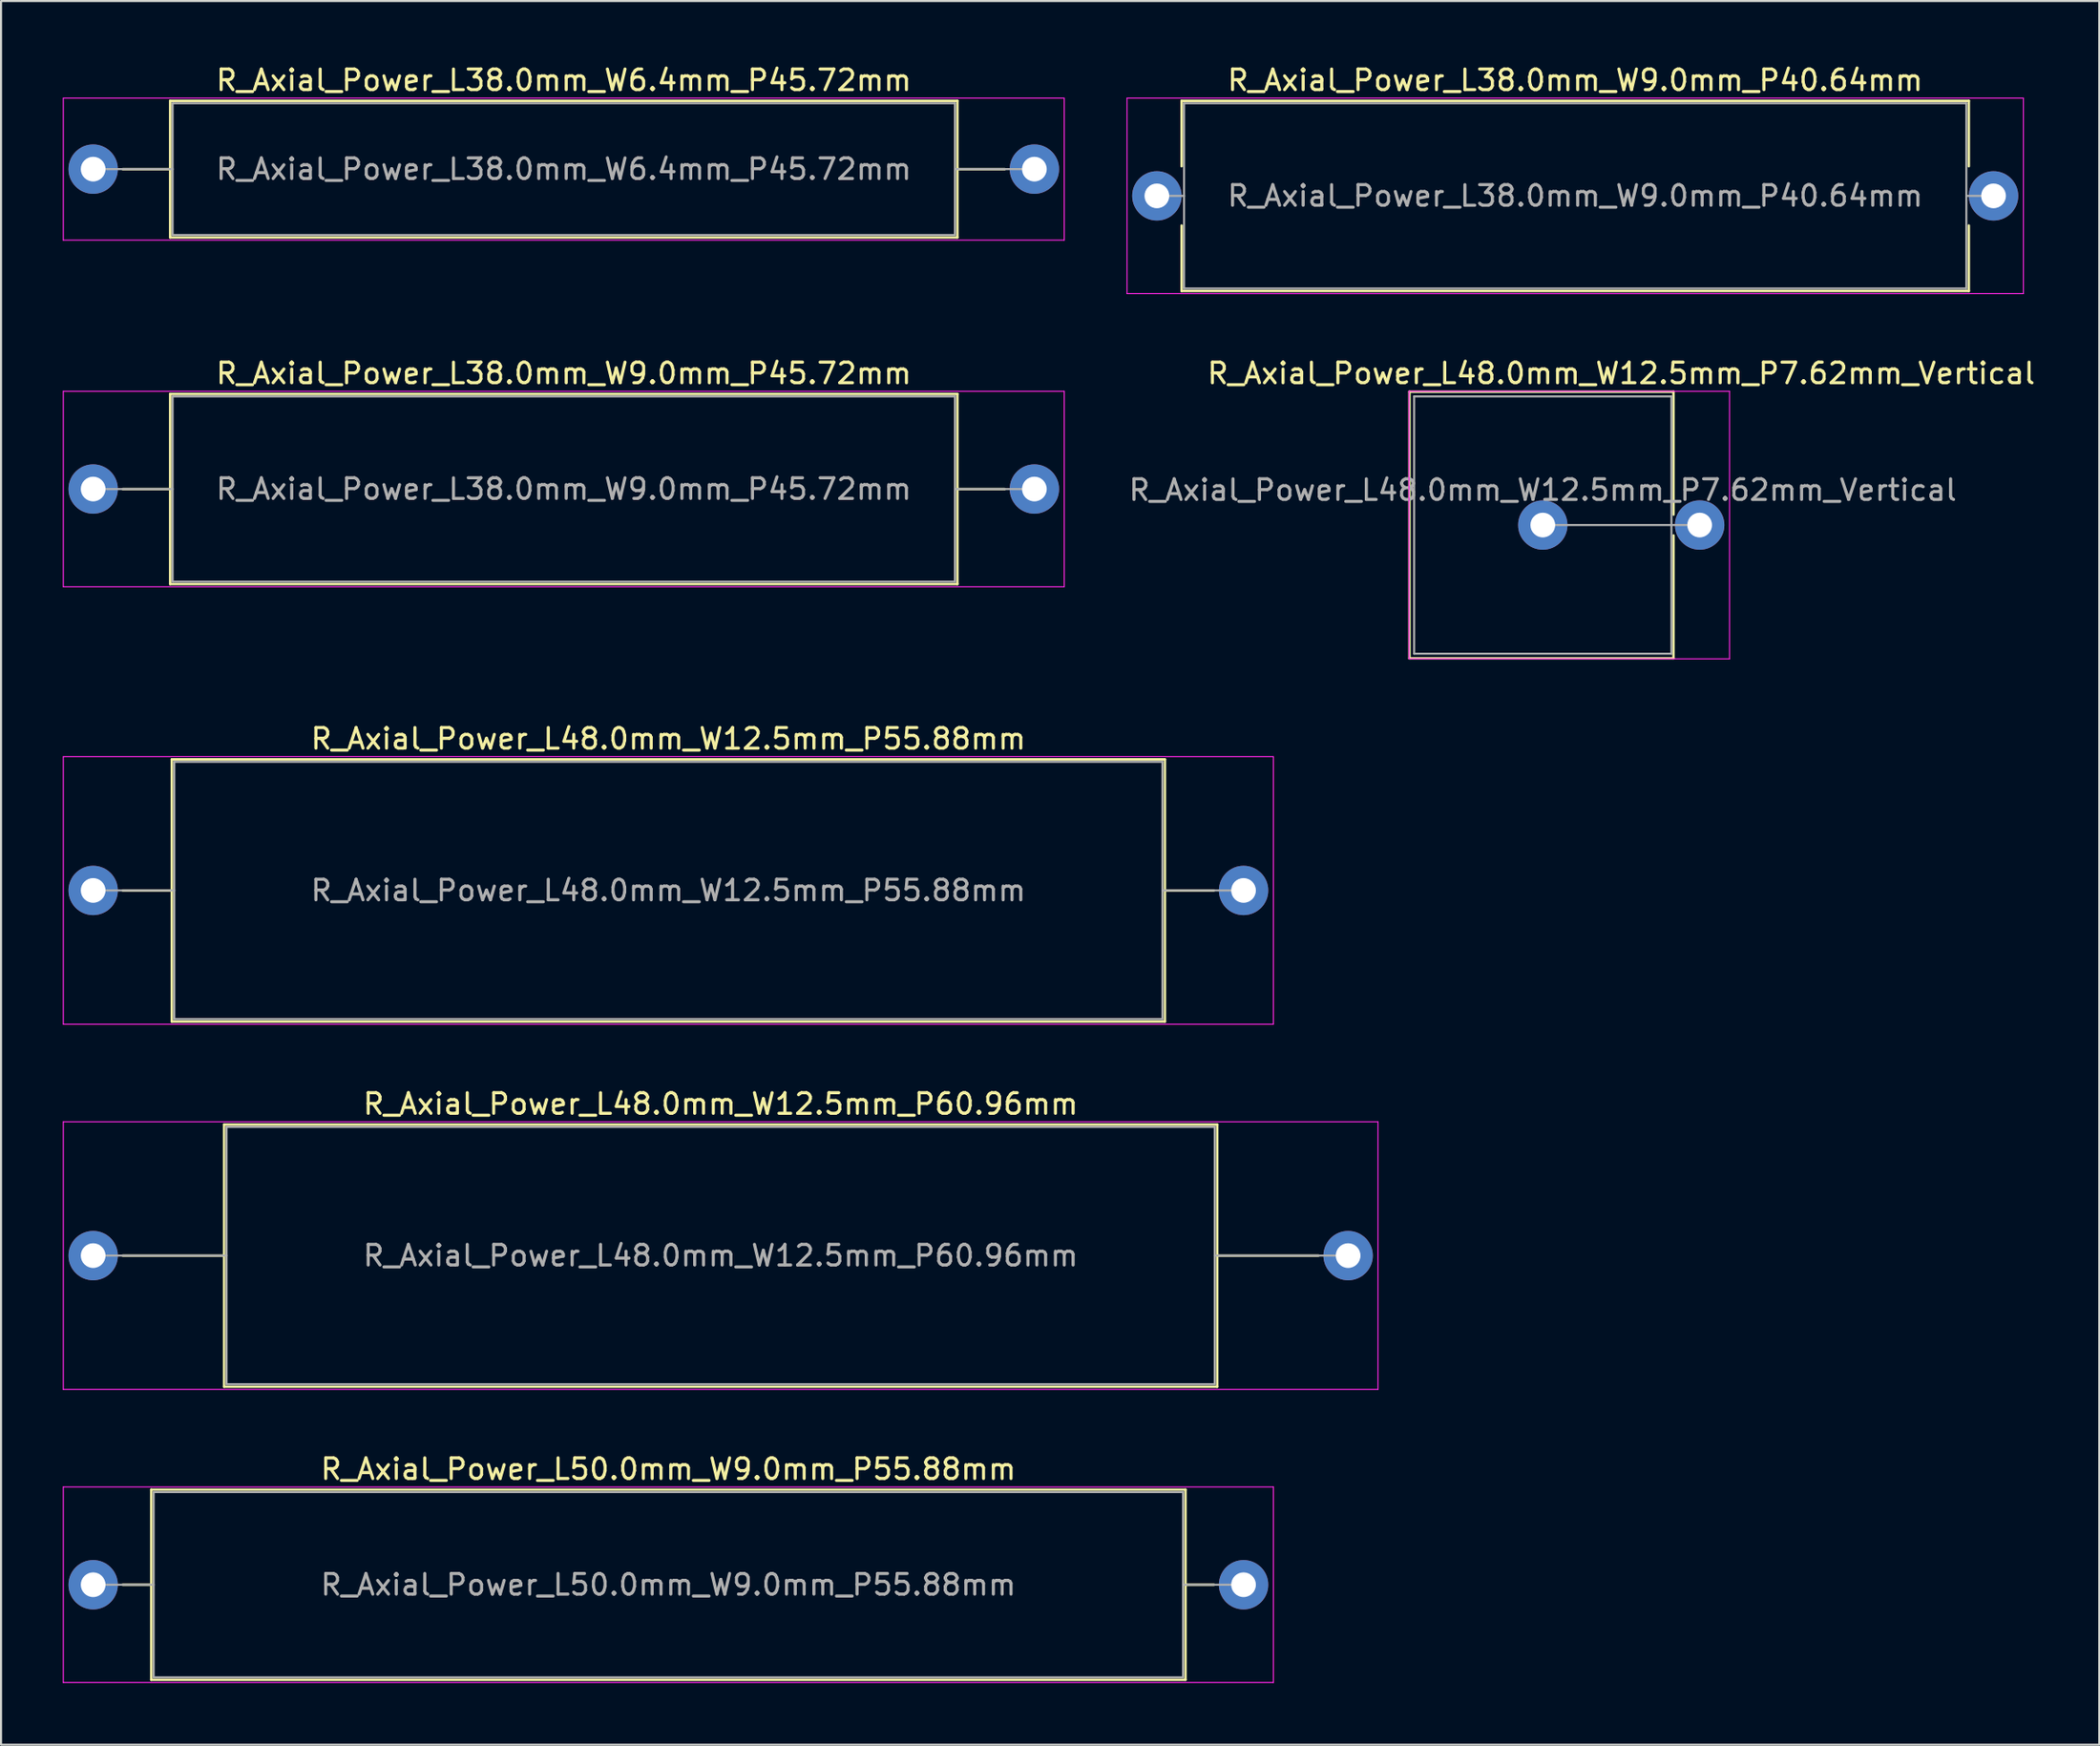
<source format=kicad_pcb>
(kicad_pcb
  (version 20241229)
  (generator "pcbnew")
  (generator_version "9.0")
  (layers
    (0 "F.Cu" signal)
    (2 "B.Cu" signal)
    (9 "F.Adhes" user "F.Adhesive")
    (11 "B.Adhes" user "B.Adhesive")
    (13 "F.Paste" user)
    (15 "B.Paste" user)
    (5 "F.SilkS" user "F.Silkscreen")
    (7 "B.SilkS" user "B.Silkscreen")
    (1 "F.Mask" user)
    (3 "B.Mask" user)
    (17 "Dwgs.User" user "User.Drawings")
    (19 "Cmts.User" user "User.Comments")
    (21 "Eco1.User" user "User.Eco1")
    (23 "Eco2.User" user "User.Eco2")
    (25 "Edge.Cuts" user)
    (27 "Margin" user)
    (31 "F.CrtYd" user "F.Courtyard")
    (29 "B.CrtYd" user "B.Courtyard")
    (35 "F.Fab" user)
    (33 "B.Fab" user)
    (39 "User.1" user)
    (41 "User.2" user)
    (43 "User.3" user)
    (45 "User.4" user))
  (footprint "R_Axial_Power_L38.0mm_W9.0mm_P40.64mm"
    (layer "F.Cu")
    (at 53.145 6.468)
    (property "Reference" "R_Axial_Power_L38.0mm_W9.0mm_P40.64mm" (at 20.32 -5.62 0) (layer "F.SilkS") (effects (font (size 1 1) (thickness 0.15))))
    (attr through_hole)
    (fp_line (start 1.2 -4.62) (end 39.44 -4.62) (stroke (width 0.12) (type solid)) (layer "F.SilkS"))
    (fp_line (start 1.2 -1.44) (end 1.2 -4.62) (stroke (width 0.12) (type solid)) (layer "F.SilkS"))
    (fp_line (start 1.2 1.44) (end 1.2 4.62) (stroke (width 0.12) (type solid)) (layer "F.SilkS"))
    (fp_line (start 1.2 4.62) (end 39.44 4.62) (stroke (width 0.12) (type solid)) (layer "F.SilkS"))
    (fp_line (start 39.44 -4.62) (end 39.44 -1.44) (stroke (width 0.12) (type solid)) (layer "F.SilkS"))
    (fp_line (start 39.44 4.62) (end 39.44 1.44) (stroke (width 0.12) (type solid)) (layer "F.SilkS"))
    (fp_line (start -1.45 -4.75) (end -1.45 4.75) (stroke (width 0.05) (type solid)) (layer "F.CrtYd"))
    (fp_line (start -1.45 4.75) (end 42.09 4.75) (stroke (width 0.05) (type solid)) (layer "F.CrtYd"))
    (fp_line (start 42.09 -4.75) (end -1.45 -4.75) (stroke (width 0.05) (type solid)) (layer "F.CrtYd"))
    (fp_line (start 42.09 4.75) (end 42.09 -4.75) (stroke (width 0.05) (type solid)) (layer "F.CrtYd"))
    (fp_line (start 0 0) (end 1.32 0) (stroke (width 0.1) (type solid)) (layer "F.Fab"))
    (fp_line (start 1.32 -4.5) (end 1.32 4.5) (stroke (width 0.1) (type solid)) (layer "F.Fab"))
    (fp_line (start 1.32 4.5) (end 39.32 4.5) (stroke (width 0.1) (type solid)) (layer "F.Fab"))
    (fp_line (start 39.32 -4.5) (end 1.32 -4.5) (stroke (width 0.1) (type solid)) (layer "F.Fab"))
    (fp_line (start 39.32 4.5) (end 39.32 -4.5) (stroke (width 0.1) (type solid)) (layer "F.Fab"))
    (fp_line (start 40.64 0) (end 39.32 0) (stroke (width 0.1) (type solid)) (layer "F.Fab"))
    (fp_text user "${REFERENCE}" (at 20.32 0 0) (layer "F.Fab") (effects (font (size 1 1) (thickness 0.15))))
    (pad "1" thru_hole circle (at 0 0) (size 2.4 2.4) (drill 1.2) (layers "*.Cu" "*.Mask"))
    (pad "2" thru_hole oval (at 40.64 0) (size 2.4 2.4) (drill 1.2) (layers "*.Cu" "*.Mask")))
  (footprint "R_Axial_Power_L38.0mm_W6.4mm_P45.72mm"
    (layer "F.Cu")
    (at 1.475 5.168)
    (property "Reference" "R_Axial_Power_L38.0mm_W6.4mm_P45.72mm" (at 22.86 -4.32 0) (layer "F.SilkS") (effects (font (size 1 1) (thickness 0.15))))
    (attr through_hole)
    (fp_line (start 1.44 0) (end 3.74 0) (stroke (width 0.12) (type solid)) (layer "F.SilkS"))
    (fp_line (start 3.74 -3.32) (end 3.74 3.32) (stroke (width 0.12) (type solid)) (layer "F.SilkS"))
    (fp_line (start 3.74 3.32) (end 41.98 3.32) (stroke (width 0.12) (type solid)) (layer "F.SilkS"))
    (fp_line (start 41.98 -3.32) (end 3.74 -3.32) (stroke (width 0.12) (type solid)) (layer "F.SilkS"))
    (fp_line (start 41.98 3.32) (end 41.98 -3.32) (stroke (width 0.12) (type solid)) (layer "F.SilkS"))
    (fp_line (start 44.28 0) (end 41.98 0) (stroke (width 0.12) (type solid)) (layer "F.SilkS"))
    (fp_line (start -1.45 -3.45) (end -1.45 3.45) (stroke (width 0.05) (type solid)) (layer "F.CrtYd"))
    (fp_line (start -1.45 3.45) (end 47.17 3.45) (stroke (width 0.05) (type solid)) (layer "F.CrtYd"))
    (fp_line (start 47.17 -3.45) (end -1.45 -3.45) (stroke (width 0.05) (type solid)) (layer "F.CrtYd"))
    (fp_line (start 47.17 3.45) (end 47.17 -3.45) (stroke (width 0.05) (type solid)) (layer "F.CrtYd"))
    (fp_line (start 0 0) (end 3.86 0) (stroke (width 0.1) (type solid)) (layer "F.Fab"))
    (fp_line (start 3.86 -3.2) (end 3.86 3.2) (stroke (width 0.1) (type solid)) (layer "F.Fab"))
    (fp_line (start 3.86 3.2) (end 41.86 3.2) (stroke (width 0.1) (type solid)) (layer "F.Fab"))
    (fp_line (start 41.86 -3.2) (end 3.86 -3.2) (stroke (width 0.1) (type solid)) (layer "F.Fab"))
    (fp_line (start 41.86 3.2) (end 41.86 -3.2) (stroke (width 0.1) (type solid)) (layer "F.Fab"))
    (fp_line (start 45.72 0) (end 41.86 0) (stroke (width 0.1) (type solid)) (layer "F.Fab"))
    (fp_text user "${REFERENCE}" (at 22.86 0 0) (layer "F.Fab") (effects (font (size 1 1) (thickness 0.15))))
    (pad "1" thru_hole circle (at 0 0) (size 2.4 2.4) (drill 1.2) (layers "*.Cu" "*.Mask"))
    (pad "2" thru_hole oval (at 45.72 0) (size 2.4 2.4) (drill 1.2) (layers "*.Cu" "*.Mask")))
  (footprint "R_Axial_Power_L38.0mm_W9.0mm_P45.72mm"
    (layer "F.Cu")
    (at 1.475 20.712)
    (property "Reference" "R_Axial_Power_L38.0mm_W9.0mm_P45.72mm" (at 22.86 -5.62 0) (layer "F.SilkS") (effects (font (size 1 1) (thickness 0.15))))
    (attr through_hole)
    (fp_line (start 1.44 0) (end 3.74 0) (stroke (width 0.12) (type solid)) (layer "F.SilkS"))
    (fp_line (start 3.74 -4.62) (end 3.74 4.62) (stroke (width 0.12) (type solid)) (layer "F.SilkS"))
    (fp_line (start 3.74 4.62) (end 41.98 4.62) (stroke (width 0.12) (type solid)) (layer "F.SilkS"))
    (fp_line (start 41.98 -4.62) (end 3.74 -4.62) (stroke (width 0.12) (type solid)) (layer "F.SilkS"))
    (fp_line (start 41.98 4.62) (end 41.98 -4.62) (stroke (width 0.12) (type solid)) (layer "F.SilkS"))
    (fp_line (start 44.28 0) (end 41.98 0) (stroke (width 0.12) (type solid)) (layer "F.SilkS"))
    (fp_line (start -1.45 -4.75) (end -1.45 4.75) (stroke (width 0.05) (type solid)) (layer "F.CrtYd"))
    (fp_line (start -1.45 4.75) (end 47.17 4.75) (stroke (width 0.05) (type solid)) (layer "F.CrtYd"))
    (fp_line (start 47.17 -4.75) (end -1.45 -4.75) (stroke (width 0.05) (type solid)) (layer "F.CrtYd"))
    (fp_line (start 47.17 4.75) (end 47.17 -4.75) (stroke (width 0.05) (type solid)) (layer "F.CrtYd"))
    (fp_line (start 0 0) (end 3.86 0) (stroke (width 0.1) (type solid)) (layer "F.Fab"))
    (fp_line (start 3.86 -4.5) (end 3.86 4.5) (stroke (width 0.1) (type solid)) (layer "F.Fab"))
    (fp_line (start 3.86 4.5) (end 41.86 4.5) (stroke (width 0.1) (type solid)) (layer "F.Fab"))
    (fp_line (start 41.86 -4.5) (end 3.86 -4.5) (stroke (width 0.1) (type solid)) (layer "F.Fab"))
    (fp_line (start 41.86 4.5) (end 41.86 -4.5) (stroke (width 0.1) (type solid)) (layer "F.Fab"))
    (fp_line (start 45.72 0) (end 41.86 0) (stroke (width 0.1) (type solid)) (layer "F.Fab"))
    (fp_text user "${REFERENCE}" (at 22.86 0 0) (layer "F.Fab") (effects (font (size 1 1) (thickness 0.15))))
    (pad "1" thru_hole circle (at 0 0) (size 2.4 2.4) (drill 1.2) (layers "*.Cu" "*.Mask"))
    (pad "2" thru_hole oval (at 45.72 0) (size 2.4 2.4) (drill 1.2) (layers "*.Cu" "*.Mask")))
  (footprint "R_Axial_Power_L48.0mm_W12.5mm_P60.96mm"
    (layer "F.Cu")
    (at 1.475 57.96)
    (property "Reference" "R_Axial_Power_L48.0mm_W12.5mm_P60.96mm" (at 30.48 -7.37 0) (layer "F.SilkS") (effects (font (size 1 1) (thickness 0.15))))
    (attr through_hole)
    (fp_line (start 1.44 0) (end 6.36 0) (stroke (width 0.12) (type solid)) (layer "F.SilkS"))
    (fp_line (start 6.36 -6.37) (end 6.36 6.37) (stroke (width 0.12) (type solid)) (layer "F.SilkS"))
    (fp_line (start 6.36 6.37) (end 54.6 6.37) (stroke (width 0.12) (type solid)) (layer "F.SilkS"))
    (fp_line (start 54.6 -6.37) (end 6.36 -6.37) (stroke (width 0.12) (type solid)) (layer "F.SilkS"))
    (fp_line (start 54.6 6.37) (end 54.6 -6.37) (stroke (width 0.12) (type solid)) (layer "F.SilkS"))
    (fp_line (start 59.52 0) (end 54.6 0) (stroke (width 0.12) (type solid)) (layer "F.SilkS"))
    (fp_line (start -1.45 -6.5) (end -1.45 6.5) (stroke (width 0.05) (type solid)) (layer "F.CrtYd"))
    (fp_line (start -1.45 6.5) (end 62.41 6.5) (stroke (width 0.05) (type solid)) (layer "F.CrtYd"))
    (fp_line (start 62.41 -6.5) (end -1.45 -6.5) (stroke (width 0.05) (type solid)) (layer "F.CrtYd"))
    (fp_line (start 62.41 6.5) (end 62.41 -6.5) (stroke (width 0.05) (type solid)) (layer "F.CrtYd"))
    (fp_line (start 0 0) (end 6.48 0) (stroke (width 0.1) (type solid)) (layer "F.Fab"))
    (fp_line (start 6.48 -6.25) (end 6.48 6.25) (stroke (width 0.1) (type solid)) (layer "F.Fab"))
    (fp_line (start 6.48 6.25) (end 54.48 6.25) (stroke (width 0.1) (type solid)) (layer "F.Fab"))
    (fp_line (start 54.48 -6.25) (end 6.48 -6.25) (stroke (width 0.1) (type solid)) (layer "F.Fab"))
    (fp_line (start 54.48 6.25) (end 54.48 -6.25) (stroke (width 0.1) (type solid)) (layer "F.Fab"))
    (fp_line (start 60.96 0) (end 54.48 0) (stroke (width 0.1) (type solid)) (layer "F.Fab"))
    (fp_text user "${REFERENCE}" (at 30.48 0 0) (layer "F.Fab") (effects (font (size 1 1) (thickness 0.15))))
    (pad "1" thru_hole circle (at 0 0) (size 2.4 2.4) (drill 1.2) (layers "*.Cu" "*.Mask"))
    (pad "2" thru_hole oval (at 60.96 0) (size 2.4 2.4) (drill 1.2) (layers "*.Cu" "*.Mask")))
  (footprint "R_Axial_Power_L48.0mm_W12.5mm_P7.62mm_Vertical"
    (layer "F.Cu")
    (at 71.89 22.462)
    (property "Reference" "R_Axial_Power_L48.0mm_W12.5mm_P7.62mm_Vertical" (at 3.81 -7.37 0) (layer "F.SilkS") (effects (font (size 1 1) (thickness 0.15))))
    (attr through_hole)
    (fp_line (start -6.477 -6.477) (end -6.477 6.477) (stroke (width 0.12) (type solid)) (layer "F.SilkS"))
    (fp_line (start -6.477 6.477) (end 6.35 6.477) (stroke (width 0.12) (type solid)) (layer "F.SilkS"))
    (fp_line (start 6.35 -6.477) (end -6.477 -6.477) (stroke (width 0.12) (type solid)) (layer "F.SilkS"))
    (fp_line (start 6.35 -0.508) (end 6.35 -6.477) (stroke (width 0.12) (type solid)) (layer "F.SilkS"))
    (fp_line (start 6.35 6.477) (end 6.35 0.508) (stroke (width 0.12) (type solid)) (layer "F.SilkS"))
    (fp_line (start -6.5 -6.5) (end -6.5 6.5) (stroke (width 0.05) (type solid)) (layer "F.CrtYd"))
    (fp_line (start -6.5 6.5) (end 9.07 6.5) (stroke (width 0.05) (type solid)) (layer "F.CrtYd"))
    (fp_line (start 9.07 -6.5) (end -6.5 -6.5) (stroke (width 0.05) (type solid)) (layer "F.CrtYd"))
    (fp_line (start 9.07 6.5) (end 9.07 -6.5) (stroke (width 0.05) (type solid)) (layer "F.CrtYd"))
    (fp_line (start -6.25 -6.25) (end -6.25 6.25) (stroke (width 0.1) (type solid)) (layer "F.Fab"))
    (fp_line (start -6.25 6.25) (end 6.25 6.25) (stroke (width 0.1) (type solid)) (layer "F.Fab"))
    (fp_line (start 0 0) (end 7.62 0) (stroke (width 0.1) (type solid)) (layer "F.Fab"))
    (fp_line (start 6.25 -6.25) (end -6.25 -6.25) (stroke (width 0.1) (type solid)) (layer "F.Fab"))
    (fp_line (start 6.25 6.25) (end 6.25 -6.25) (stroke (width 0.1) (type solid)) (layer "F.Fab"))
    (fp_text user "${REFERENCE}" (at 0 -1.7 0) (layer "F.Fab") (effects (font (size 1 1) (thickness 0.15))))
    (pad "1" thru_hole circle (at 0 0) (size 2.4 2.4) (drill 1.2) (layers "*.Cu" "*.Mask"))
    (pad "2" thru_hole oval (at 7.62 0) (size 2.4 2.4) (drill 1.2) (layers "*.Cu" "*.Mask")))
  (footprint "R_Axial_Power_L48.0mm_W12.5mm_P55.88mm"
    (layer "F.Cu")
    (at 1.475 40.217)
    (property "Reference" "R_Axial_Power_L48.0mm_W12.5mm_P55.88mm" (at 27.94 -7.37 0) (layer "F.SilkS") (effects (font (size 1 1) (thickness 0.15))))
    (attr through_hole)
    (fp_line (start 1.44 0) (end 3.82 0) (stroke (width 0.12) (type solid)) (layer "F.SilkS"))
    (fp_line (start 3.82 -6.37) (end 3.82 6.37) (stroke (width 0.12) (type solid)) (layer "F.SilkS"))
    (fp_line (start 3.82 6.37) (end 52.06 6.37) (stroke (width 0.12) (type solid)) (layer "F.SilkS"))
    (fp_line (start 52.06 -6.37) (end 3.82 -6.37) (stroke (width 0.12) (type solid)) (layer "F.SilkS"))
    (fp_line (start 52.06 6.37) (end 52.06 -6.37) (stroke (width 0.12) (type solid)) (layer "F.SilkS"))
    (fp_line (start 54.44 0) (end 52.06 0) (stroke (width 0.12) (type solid)) (layer "F.SilkS"))
    (fp_line (start -1.45 -6.5) (end -1.45 6.5) (stroke (width 0.05) (type solid)) (layer "F.CrtYd"))
    (fp_line (start -1.45 6.5) (end 57.33 6.5) (stroke (width 0.05) (type solid)) (layer "F.CrtYd"))
    (fp_line (start 57.33 -6.5) (end -1.45 -6.5) (stroke (width 0.05) (type solid)) (layer "F.CrtYd"))
    (fp_line (start 57.33 6.5) (end 57.33 -6.5) (stroke (width 0.05) (type solid)) (layer "F.CrtYd"))
    (fp_line (start 0 0) (end 3.94 0) (stroke (width 0.1) (type solid)) (layer "F.Fab"))
    (fp_line (start 3.94 -6.25) (end 3.94 6.25) (stroke (width 0.1) (type solid)) (layer "F.Fab"))
    (fp_line (start 3.94 6.25) (end 51.94 6.25) (stroke (width 0.1) (type solid)) (layer "F.Fab"))
    (fp_line (start 51.94 -6.25) (end 3.94 -6.25) (stroke (width 0.1) (type solid)) (layer "F.Fab"))
    (fp_line (start 51.94 6.25) (end 51.94 -6.25) (stroke (width 0.1) (type solid)) (layer "F.Fab"))
    (fp_line (start 55.88 0) (end 51.94 0) (stroke (width 0.1) (type solid)) (layer "F.Fab"))
    (fp_text user "${REFERENCE}" (at 27.94 0 0) (layer "F.Fab") (effects (font (size 1 1) (thickness 0.15))))
    (pad "1" thru_hole circle (at 0 0) (size 2.4 2.4) (drill 1.2) (layers "*.Cu" "*.Mask"))
    (pad "2" thru_hole oval (at 55.88 0) (size 2.4 2.4) (drill 1.2) (layers "*.Cu" "*.Mask")))
  (footprint "R_Axial_Power_L50.0mm_W9.0mm_P55.88mm"
    (layer "F.Cu")
    (at 1.475 73.953)
    (property "Reference" "R_Axial_Power_L50.0mm_W9.0mm_P55.88mm" (at 27.94 -5.62 0) (layer "F.SilkS") (effects (font (size 1 1) (thickness 0.15))))
    (attr through_hole)
    (fp_line (start 1.44 0) (end 2.82 0) (stroke (width 0.12) (type solid)) (layer "F.SilkS"))
    (fp_line (start 2.82 -4.62) (end 2.82 4.62) (stroke (width 0.12) (type solid)) (layer "F.SilkS"))
    (fp_line (start 2.82 4.62) (end 53.06 4.62) (stroke (width 0.12) (type solid)) (layer "F.SilkS"))
    (fp_line (start 53.06 -4.62) (end 2.82 -4.62) (stroke (width 0.12) (type solid)) (layer "F.SilkS"))
    (fp_line (start 53.06 4.62) (end 53.06 -4.62) (stroke (width 0.12) (type solid)) (layer "F.SilkS"))
    (fp_line (start 54.44 0) (end 53.06 0) (stroke (width 0.12) (type solid)) (layer "F.SilkS"))
    (fp_line (start -1.45 -4.75) (end -1.45 4.75) (stroke (width 0.05) (type solid)) (layer "F.CrtYd"))
    (fp_line (start -1.45 4.75) (end 57.33 4.75) (stroke (width 0.05) (type solid)) (layer "F.CrtYd"))
    (fp_line (start 57.33 -4.75) (end -1.45 -4.75) (stroke (width 0.05) (type solid)) (layer "F.CrtYd"))
    (fp_line (start 57.33 4.75) (end 57.33 -4.75) (stroke (width 0.05) (type solid)) (layer "F.CrtYd"))
    (fp_line (start 0 0) (end 2.94 0) (stroke (width 0.1) (type solid)) (layer "F.Fab"))
    (fp_line (start 2.94 -4.5) (end 2.94 4.5) (stroke (width 0.1) (type solid)) (layer "F.Fab"))
    (fp_line (start 2.94 4.5) (end 52.94 4.5) (stroke (width 0.1) (type solid)) (layer "F.Fab"))
    (fp_line (start 52.94 -4.5) (end 2.94 -4.5) (stroke (width 0.1) (type solid)) (layer "F.Fab"))
    (fp_line (start 52.94 4.5) (end 52.94 -4.5) (stroke (width 0.1) (type solid)) (layer "F.Fab"))
    (fp_line (start 55.88 0) (end 52.94 0) (stroke (width 0.1) (type solid)) (layer "F.Fab"))
    (fp_text user "${REFERENCE}" (at 27.94 0 0) (layer "F.Fab") (effects (font (size 1 1) (thickness 0.15))))
    (pad "1" thru_hole circle (at 0 0) (size 2.4 2.4) (drill 1.2) (layers "*.Cu" "*.Mask"))
    (pad "2" thru_hole oval (at 55.88 0) (size 2.4 2.4) (drill 1.2) (layers "*.Cu" "*.Mask")))
  (gr_rect
    (start -3 -3)
    (end 98.92 81.728)
    (stroke (width 0.1) (type default))
    (fill no)
    (layer "Edge.Cuts")))
</source>
